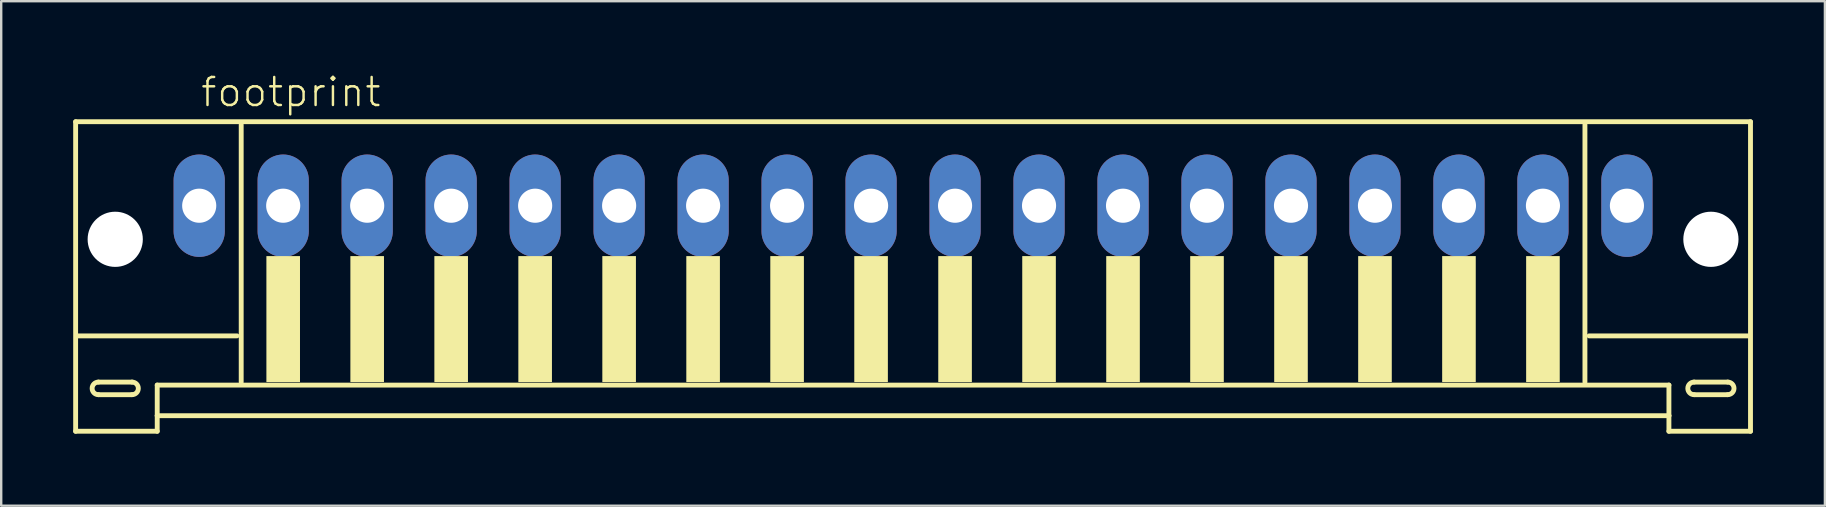
<source format=kicad_pcb>
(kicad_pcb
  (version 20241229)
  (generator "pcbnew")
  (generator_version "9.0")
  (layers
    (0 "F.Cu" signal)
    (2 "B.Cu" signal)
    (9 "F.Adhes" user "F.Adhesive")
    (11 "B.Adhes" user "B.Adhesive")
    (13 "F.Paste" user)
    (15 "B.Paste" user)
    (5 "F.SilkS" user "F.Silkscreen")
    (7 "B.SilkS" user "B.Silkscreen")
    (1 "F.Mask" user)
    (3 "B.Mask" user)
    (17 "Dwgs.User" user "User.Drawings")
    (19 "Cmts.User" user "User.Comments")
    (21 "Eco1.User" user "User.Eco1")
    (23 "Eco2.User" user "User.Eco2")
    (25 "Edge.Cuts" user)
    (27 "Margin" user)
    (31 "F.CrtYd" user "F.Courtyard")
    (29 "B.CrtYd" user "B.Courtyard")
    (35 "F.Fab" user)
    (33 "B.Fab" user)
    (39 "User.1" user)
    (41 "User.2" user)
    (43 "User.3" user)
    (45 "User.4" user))
  (footprint "footprint"
    (layer "F.Cu")
    (at 35.002 7.273)
    (property "Reference" "footprint" (at -29.75 -5.8 0) (layer "F.SilkS") (effects (font (size 1.168 1.168) (thickness 0.102)) (justify left bottom)))
    (fp_line (start -34.9 -5.25) (end -34.9 7.65) (stroke (width 0.203) (type solid)) (layer "F.SilkS"))
    (fp_line (start -34.9 7.65) (end -31.5 7.65) (stroke (width 0.203) (type solid)) (layer "F.SilkS"))
    (fp_line (start -33.95 5.6) (end -32.55 5.6) (stroke (width 0.203) (type solid)) (layer "F.SilkS"))
    (fp_line (start -32.55 6.125) (end -33.95 6.125) (stroke (width 0.203) (type solid)) (layer "F.SilkS"))
    (fp_line (start -31.5 5.725) (end 31.5 5.725) (stroke (width 0.203) (type solid)) (layer "F.SilkS"))
    (fp_line (start -31.5 7) (end -31.5 5.725) (stroke (width 0.203) (type solid)) (layer "F.SilkS"))
    (fp_line (start -31.5 7) (end 31.5 7) (stroke (width 0.203) (type solid)) (layer "F.SilkS"))
    (fp_line (start -31.5 7.65) (end -31.5 7) (stroke (width 0.203) (type solid)) (layer "F.SilkS"))
    (fp_line (start -28.175 3.675) (end -34.825 3.675) (stroke (width 0.203) (type solid)) (layer "F.SilkS"))
    (fp_line (start -28 -5.125) (end -28 5.6) (stroke (width 0.203) (type solid)) (layer "F.SilkS"))
    (fp_line (start 28 5.6) (end 28 -5.125) (stroke (width 0.203) (type solid)) (layer "F.SilkS"))
    (fp_line (start 31.5 5.725) (end 31.5 7) (stroke (width 0.203) (type solid)) (layer "F.SilkS"))
    (fp_line (start 31.5 7) (end 31.5 7.65) (stroke (width 0.203) (type solid)) (layer "F.SilkS"))
    (fp_line (start 31.5 7.65) (end 34.9 7.65) (stroke (width 0.203) (type solid)) (layer "F.SilkS"))
    (fp_line (start 32.55 5.6) (end 33.95 5.6) (stroke (width 0.203) (type solid)) (layer "F.SilkS"))
    (fp_line (start 33.95 6.125) (end 32.55 6.125) (stroke (width 0.203) (type solid)) (layer "F.SilkS"))
    (fp_line (start 34.825 3.675) (end 28.175 3.675) (stroke (width 0.203) (type solid)) (layer "F.SilkS"))
    (fp_line (start 34.9 -5.25) (end -34.9 -5.25) (stroke (width 0.203) (type solid)) (layer "F.SilkS"))
    (fp_line (start 34.9 7.65) (end 34.9 -5.25) (stroke (width 0.203) (type solid)) (layer "F.SilkS"))
    (fp_arc (start -33.95 6.125) (mid -34.2125 5.8625) (end -33.95 5.6) (stroke (width 0.2032) (type solid)) (layer "F.SilkS"))
    (fp_arc (start -32.55 5.6) (mid -32.2875 5.8625) (end -32.55 6.125) (stroke (width 0.2032) (type solid)) (layer "F.SilkS"))
    (fp_arc (start 32.55 6.125) (mid 32.2875 5.8625) (end 32.55 5.6) (stroke (width 0.2032) (type solid)) (layer "F.SilkS"))
    (fp_arc (start 33.95 5.6) (mid 34.2125 5.8625) (end 33.95 6.125) (stroke (width 0.2032) (type solid)) (layer "F.SilkS"))
    (fp_poly (pts (xy -26.95 5.6) (xy -25.55 5.6) (xy -25.55 0.35) (xy -26.95 0.35)) (stroke (width 0) (type solid)) (fill yes) (layer "F.SilkS"))
    (fp_poly (pts (xy -23.45 5.6) (xy -22.05 5.6) (xy -22.05 0.35) (xy -23.45 0.35)) (stroke (width 0) (type solid)) (fill yes) (layer "F.SilkS"))
    (fp_poly (pts (xy -19.95 5.6) (xy -18.55 5.6) (xy -18.55 0.35) (xy -19.95 0.35)) (stroke (width 0) (type solid)) (fill yes) (layer "F.SilkS"))
    (fp_poly (pts (xy -16.45 5.6) (xy -15.05 5.6) (xy -15.05 0.35) (xy -16.45 0.35)) (stroke (width 0) (type solid)) (fill yes) (layer "F.SilkS"))
    (fp_poly (pts (xy -12.95 5.6) (xy -11.55 5.6) (xy -11.55 0.35) (xy -12.95 0.35)) (stroke (width 0) (type solid)) (fill yes) (layer "F.SilkS"))
    (fp_poly (pts (xy -9.45 5.6) (xy -8.05 5.6) (xy -8.05 0.35) (xy -9.45 0.35)) (stroke (width 0) (type solid)) (fill yes) (layer "F.SilkS"))
    (fp_poly (pts (xy -5.95 5.6) (xy -4.55 5.6) (xy -4.55 0.35) (xy -5.95 0.35)) (stroke (width 0) (type solid)) (fill yes) (layer "F.SilkS"))
    (fp_poly (pts (xy -2.45 5.6) (xy -1.05 5.6) (xy -1.05 0.35) (xy -2.45 0.35)) (stroke (width 0) (type solid)) (fill yes) (layer "F.SilkS"))
    (fp_poly (pts (xy 1.05 5.6) (xy 2.45 5.6) (xy 2.45 0.35) (xy 1.05 0.35)) (stroke (width 0) (type solid)) (fill yes) (layer "F.SilkS"))
    (fp_poly (pts (xy 4.55 5.6) (xy 5.95 5.6) (xy 5.95 0.35) (xy 4.55 0.35)) (stroke (width 0) (type solid)) (fill yes) (layer "F.SilkS"))
    (fp_poly (pts (xy 8.05 5.6) (xy 9.45 5.6) (xy 9.45 0.35) (xy 8.05 0.35)) (stroke (width 0) (type solid)) (fill yes) (layer "F.SilkS"))
    (fp_poly (pts (xy 11.55 5.6) (xy 12.95 5.6) (xy 12.95 0.35) (xy 11.55 0.35)) (stroke (width 0) (type solid)) (fill yes) (layer "F.SilkS"))
    (fp_poly (pts (xy 15.05 5.6) (xy 16.45 5.6) (xy 16.45 0.35) (xy 15.05 0.35)) (stroke (width 0) (type solid)) (fill yes) (layer "F.SilkS"))
    (fp_poly (pts (xy 18.55 5.6) (xy 19.95 5.6) (xy 19.95 0.35) (xy 18.55 0.35)) (stroke (width 0) (type solid)) (fill yes) (layer "F.SilkS"))
    (fp_poly (pts (xy 22.05 5.6) (xy 23.45 5.6) (xy 23.45 0.35) (xy 22.05 0.35)) (stroke (width 0) (type solid)) (fill yes) (layer "F.SilkS"))
    (fp_poly (pts (xy 25.55 5.6) (xy 26.95 5.6) (xy 26.95 0.35) (xy 25.55 0.35)) (stroke (width 0) (type solid)) (fill yes) (layer "F.SilkS"))
    (pad "" np_thru_hole circle (at -33.25 -0.35) (size 2.3 2.3) (drill 2.3) (layers "*.Cu" "*.Mask"))
    (pad "" np_thru_hole circle (at 33.25 -0.35) (size 2.3 2.3) (drill 2.3) (layers "*.Cu" "*.Mask"))
    (pad "1" thru_hole oval (at -29.75 -1.75 90) (size 4.267 2.134) (drill 1.422) (layers "*.Cu" "*.Mask"))
    (pad "2" thru_hole oval (at -26.25 -1.75 90) (size 4.267 2.134) (drill 1.422) (layers "*.Cu" "*.Mask"))
    (pad "3" thru_hole oval (at -22.75 -1.75 90) (size 4.267 2.134) (drill 1.422) (layers "*.Cu" "*.Mask"))
    (pad "4" thru_hole oval (at -19.25 -1.75 90) (size 4.267 2.134) (drill 1.422) (layers "*.Cu" "*.Mask"))
    (pad "5" thru_hole oval (at -15.75 -1.75 90) (size 4.267 2.134) (drill 1.422) (layers "*.Cu" "*.Mask"))
    (pad "6" thru_hole oval (at -12.25 -1.75 90) (size 4.267 2.134) (drill 1.422) (layers "*.Cu" "*.Mask"))
    (pad "7" thru_hole oval (at -8.75 -1.75 90) (size 4.267 2.134) (drill 1.422) (layers "*.Cu" "*.Mask"))
    (pad "8" thru_hole oval (at -5.25 -1.75 90) (size 4.267 2.134) (drill 1.422) (layers "*.Cu" "*.Mask"))
    (pad "9" thru_hole oval (at -1.75 -1.75 90) (size 4.267 2.134) (drill 1.422) (layers "*.Cu" "*.Mask"))
    (pad "10" thru_hole oval (at 1.75 -1.75 90) (size 4.267 2.134) (drill 1.422) (layers "*.Cu" "*.Mask"))
    (pad "11" thru_hole oval (at 5.25 -1.75 90) (size 4.267 2.134) (drill 1.422) (layers "*.Cu" "*.Mask"))
    (pad "12" thru_hole oval (at 8.75 -1.75 90) (size 4.267 2.134) (drill 1.422) (layers "*.Cu" "*.Mask"))
    (pad "13" thru_hole oval (at 12.25 -1.75 90) (size 4.267 2.134) (drill 1.422) (layers "*.Cu" "*.Mask"))
    (pad "14" thru_hole oval (at 15.75 -1.75 90) (size 4.267 2.134) (drill 1.422) (layers "*.Cu" "*.Mask"))
    (pad "15" thru_hole oval (at 19.25 -1.75 90) (size 4.267 2.134) (drill 1.422) (layers "*.Cu" "*.Mask"))
    (pad "16" thru_hole oval (at 22.75 -1.75 90) (size 4.267 2.134) (drill 1.422) (layers "*.Cu" "*.Mask"))
    (pad "17" thru_hole oval (at 26.25 -1.75 90) (size 4.267 2.134) (drill 1.422) (layers "*.Cu" "*.Mask"))
    (pad "18" thru_hole oval (at 29.75 -1.75 90) (size 4.267 2.134) (drill 1.422) (layers "*.Cu" "*.Mask")))
  (gr_rect
    (start -3 -3)
    (end 73.003 18.025)
    (stroke (width 0.1) (type default))
    (fill no)
    (layer "Edge.Cuts")))
</source>
